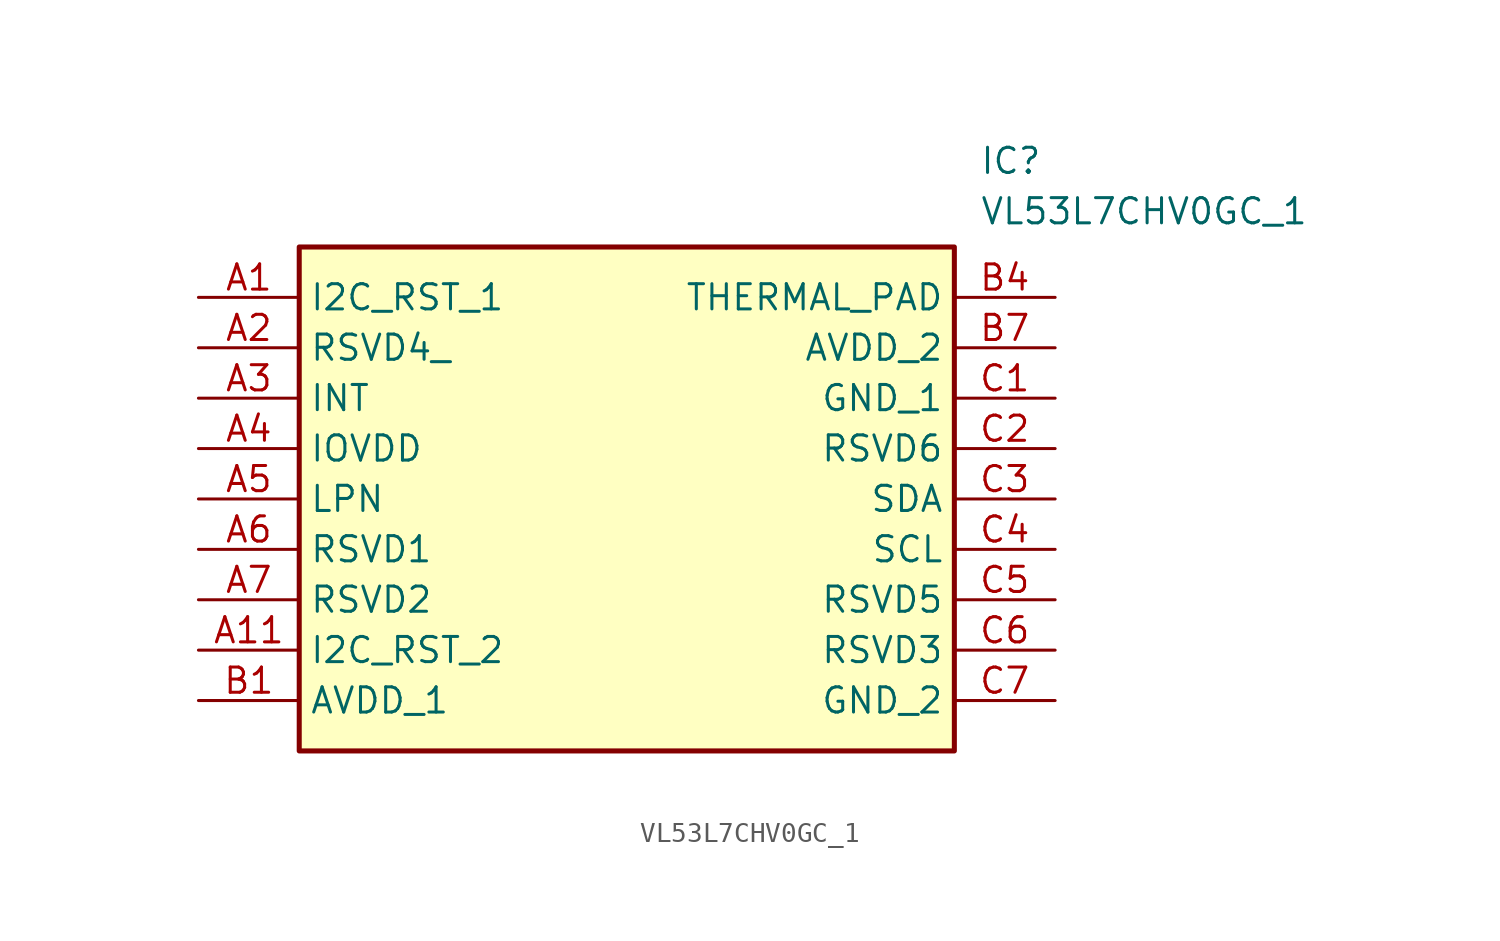
<source format=kicad_sym>
(kicad_symbol_lib
  (version 20211014)
  (generator SamacSys_ECAD_Model)
  (symbol "VL53L7CHV0GC_1"
    (property "Reference" "IC"
      (at 39.37 7.62 0)
      (effects (font (size 1.27 1.27)) (justify left top)))
    (property "Value" "VL53L7CHV0GC_1"
      (at 39.37 5.08 0)
      (effects (font (size 1.27 1.27)) (justify left top)))
    (rectangle
      (start 5.08 2.54)
      (end 38.1 -22.86)
      (stroke (width 0.254) (type default))
      (fill (type background)))
    (pin passive line
      (at 0 0 0)
      (length 5.08)
      (name "I2C_RST_1" (effects (font (size 1.27 1.27))))
      (number "A1" (effects (font (size 1.27 1.27)))))
    (pin passive line
      (at 0 -2.54 0)
      (length 5.08)
      (name "RSVD4_" (effects (font (size 1.27 1.27))))
      (number "A2" (effects (font (size 1.27 1.27)))))
    (pin passive line
      (at 0 -5.08 0)
      (length 5.08)
      (name "INT" (effects (font (size 1.27 1.27))))
      (number "A3" (effects (font (size 1.27 1.27)))))
    (pin passive line
      (at 0 -7.62 0)
      (length 5.08)
      (name "IOVDD" (effects (font (size 1.27 1.27))))
      (number "A4" (effects (font (size 1.27 1.27)))))
    (pin passive line
      (at 0 -10.16 0)
      (length 5.08)
      (name "LPN" (effects (font (size 1.27 1.27))))
      (number "A5" (effects (font (size 1.27 1.27)))))
    (pin passive line
      (at 0 -12.7 0)
      (length 5.08)
      (name "RSVD1" (effects (font (size 1.27 1.27))))
      (number "A6" (effects (font (size 1.27 1.27)))))
    (pin passive line
      (at 0 -15.24 0)
      (length 5.08)
      (name "RSVD2" (effects (font (size 1.27 1.27))))
      (number "A7" (effects (font (size 1.27 1.27)))))
    (pin passive line
      (at 0 -17.78 0)
      (length 5.08)
      (name "I2C_RST_2" (effects (font (size 1.27 1.27))))
      (number "A11" (effects (font (size 1.27 1.27)))))
    (pin passive line
      (at 0 -20.32 0)
      (length 5.08)
      (name "AVDD_1" (effects (font (size 1.27 1.27))))
      (number "B1" (effects (font (size 1.27 1.27)))))
    (pin passive line
      (at 43.18 0 180)
      (length 5.08)
      (name "THERMAL_PAD" (effects (font (size 1.27 1.27))))
      (number "B4" (effects (font (size 1.27 1.27)))))
    (pin passive line
      (at 43.18 -2.54 180)
      (length 5.08)
      (name "AVDD_2" (effects (font (size 1.27 1.27))))
      (number "B7" (effects (font (size 1.27 1.27)))))
    (pin passive line
      (at 43.18 -5.08 180)
      (length 5.08)
      (name "GND_1" (effects (font (size 1.27 1.27))))
      (number "C1" (effects (font (size 1.27 1.27)))))
    (pin passive line
      (at 43.18 -7.62 180)
      (length 5.08)
      (name "RSVD6" (effects (font (size 1.27 1.27))))
      (number "C2" (effects (font (size 1.27 1.27)))))
    (pin passive line
      (at 43.18 -10.16 180)
      (length 5.08)
      (name "SDA" (effects (font (size 1.27 1.27))))
      (number "C3" (effects (font (size 1.27 1.27)))))
    (pin passive line
      (at 43.18 -12.7 180)
      (length 5.08)
      (name "SCL" (effects (font (size 1.27 1.27))))
      (number "C4" (effects (font (size 1.27 1.27)))))
    (pin passive line
      (at 43.18 -15.24 180)
      (length 5.08)
      (name "RSVD5" (effects (font (size 1.27 1.27))))
      (number "C5" (effects (font (size 1.27 1.27)))))
    (pin passive line
      (at 43.18 -17.78 180)
      (length 5.08)
      (name "RSVD3" (effects (font (size 1.27 1.27))))
      (number "C6" (effects (font (size 1.27 1.27)))))
    (pin passive line
      (at 43.18 -20.32 180)
      (length 5.08)
      (name "GND_2" (effects (font (size 1.27 1.27))))
      (number "C7" (effects (font (size 1.27 1.27)))))))
</source>
